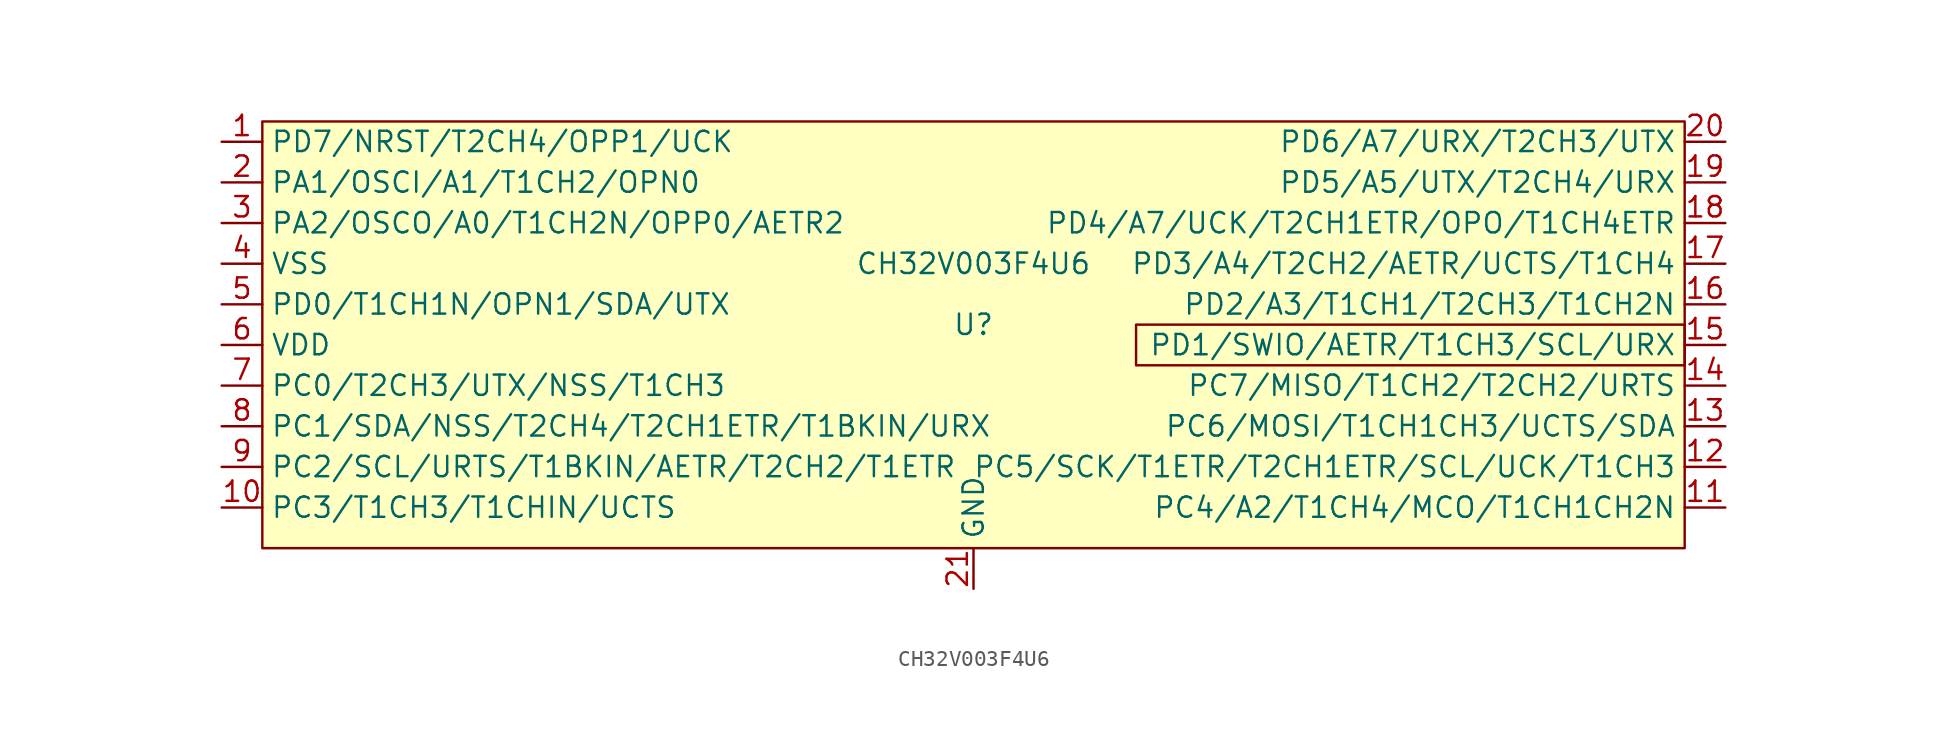
<source format=kicad_sym>
(kicad_symbol_lib
  (version 20211014)
  (generator kicad_symbol_editor)
  (symbol "CH32V003F4U6"
    (property "Reference" "U"
      (at 0 0 0)
      (effects (font (size 1.27 1.27))))
    (property "Value" "CH32V003F4U6"
      (at 0 3.81 0)
      (effects (font (size 1.27 1.27))))
    (symbol "CH32V003F4U6_0_1"
      (rectangle (start -44.45 12.7) (end 44.45 -13.97) (stroke (width 0) (type default) (color 0 0 0 0)) (fill (type background)))
      (rectangle (start 10.16 0) (end 44.45 -2.54) (stroke (width 0) (type default) (color 0 0 0 0)) (fill (type background))))
    (symbol "CH32V003F4U6_1_1"
      (pin bidirectional line (at -46.99 11.43 0) (length 2.54) (name "PD7/NRST/T2CH4/OPP1/UCK" (effects (font (size 1.27 1.27)))) (number "1" (effects (font (size 1.27 1.27)))))
      (pin bidirectional line (at -46.99 -11.43 0) (length 2.54) (name "PC3/T1CH3/T1CHIN/UCTS" (effects (font (size 1.27 1.27)))) (number "10" (effects (font (size 1.27 1.27)))))
      (pin bidirectional line (at 46.99 -11.43 180) (length 2.54) (name "PC4/A2/T1CH4/MCO/T1CH1CH2N" (effects (font (size 1.27 1.27)))) (number "11" (effects (font (size 1.27 1.27)))))
      (pin bidirectional line (at 46.99 -8.89 180) (length 2.54) (name "PC5/SCK/T1ETR/T2CH1ETR/SCL/UCK/T1CH3" (effects (font (size 1.27 1.27)))) (number "12" (effects (font (size 1.27 1.27)))))
      (pin bidirectional line (at 46.99 -6.35 180) (length 2.54) (name "PC6/MOSI/T1CH1CH3/UCTS/SDA" (effects (font (size 1.27 1.27)))) (number "13" (effects (font (size 1.27 1.27)))))
      (pin bidirectional line (at 46.99 -3.81 180) (length 2.54) (name "PC7/MISO/T1CH2/T2CH2/URTS" (effects (font (size 1.27 1.27)))) (number "14" (effects (font (size 1.27 1.27)))))
      (pin bidirectional line (at 46.99 -1.27 180) (length 2.54) (name "PD1/SWIO/AETR/T1CH3/SCL/URX" (effects (font (size 1.27 1.27)))) (number "15" (effects (font (size 1.27 1.27)))))
      (pin bidirectional line (at 46.99 1.27 180) (length 2.54) (name "PD2/A3/T1CH1/T2CH3/T1CH2N" (effects (font (size 1.27 1.27)))) (number "16" (effects (font (size 1.27 1.27)))))
      (pin bidirectional line (at 46.99 3.81 180) (length 2.54) (name "PD3/A4/T2CH2/AETR/UCTS/T1CH4" (effects (font (size 1.27 1.27)))) (number "17" (effects (font (size 1.27 1.27)))))
      (pin bidirectional line (at 46.99 6.35 180) (length 2.54) (name "PD4/A7/UCK/T2CH1ETR/OPO/T1CH4ETR" (effects (font (size 1.27 1.27)))) (number "18" (effects (font (size 1.27 1.27)))))
      (pin bidirectional line (at 46.99 8.89 180) (length 2.54) (name "PD5/A5/UTX/T2CH4/URX" (effects (font (size 1.27 1.27)))) (number "19" (effects (font (size 1.27 1.27)))))
      (pin bidirectional line (at -46.99 8.89 0) (length 2.54) (name "PA1/OSCI/A1/T1CH2/OPN0" (effects (font (size 1.27 1.27)))) (number "2" (effects (font (size 1.27 1.27)))))
      (pin bidirectional line (at 46.99 11.43 180) (length 2.54) (name "PD6/A7/URX/T2CH3/UTX" (effects (font (size 1.27 1.27)))) (number "20" (effects (font (size 1.27 1.27)))))
      (pin bidirectional line (at 0 -16.51 90) (length 2.54) (name "GND" (effects (font (size 1.27 1.27)))) (number "21" (effects (font (size 1.27 1.27)))))
      (pin bidirectional line (at -46.99 6.35 0) (length 2.54) (name "PA2/OSCO/A0/T1CH2N/OPP0/AETR2" (effects (font (size 1.27 1.27)))) (number "3" (effects (font (size 1.27 1.27)))))
      (pin bidirectional line (at -46.99 3.81 0) (length 2.54) (name "VSS" (effects (font (size 1.27 1.27)))) (number "4" (effects (font (size 1.27 1.27)))))
      (pin bidirectional line (at -46.99 1.27 0) (length 2.54) (name "PD0/T1CH1N/OPN1/SDA/UTX" (effects (font (size 1.27 1.27)))) (number "5" (effects (font (size 1.27 1.27)))))
      (pin bidirectional line (at -46.99 -1.27 0) (length 2.54) (name "VDD" (effects (font (size 1.27 1.27)))) (number "6" (effects (font (size 1.27 1.27)))))
      (pin bidirectional line (at -46.99 -3.81 0) (length 2.54) (name "PC0/T2CH3/UTX/NSS/T1CH3" (effects (font (size 1.27 1.27)))) (number "7" (effects (font (size 1.27 1.27)))))
      (pin bidirectional line (at -46.99 -6.35 0) (length 2.54) (name "PC1/SDA/NSS/T2CH4/T2CH1ETR/T1BKIN/URX" (effects (font (size 1.27 1.27)))) (number "8" (effects (font (size 1.27 1.27)))))
      (pin bidirectional line (at -46.99 -8.89 0) (length 2.54) (name "PC2/SCL/URTS/T1BKIN/AETR/T2CH2/T1ETR" (effects (font (size 1.27 1.27)))) (number "9" (effects (font (size 1.27 1.27))))))))
</source>
